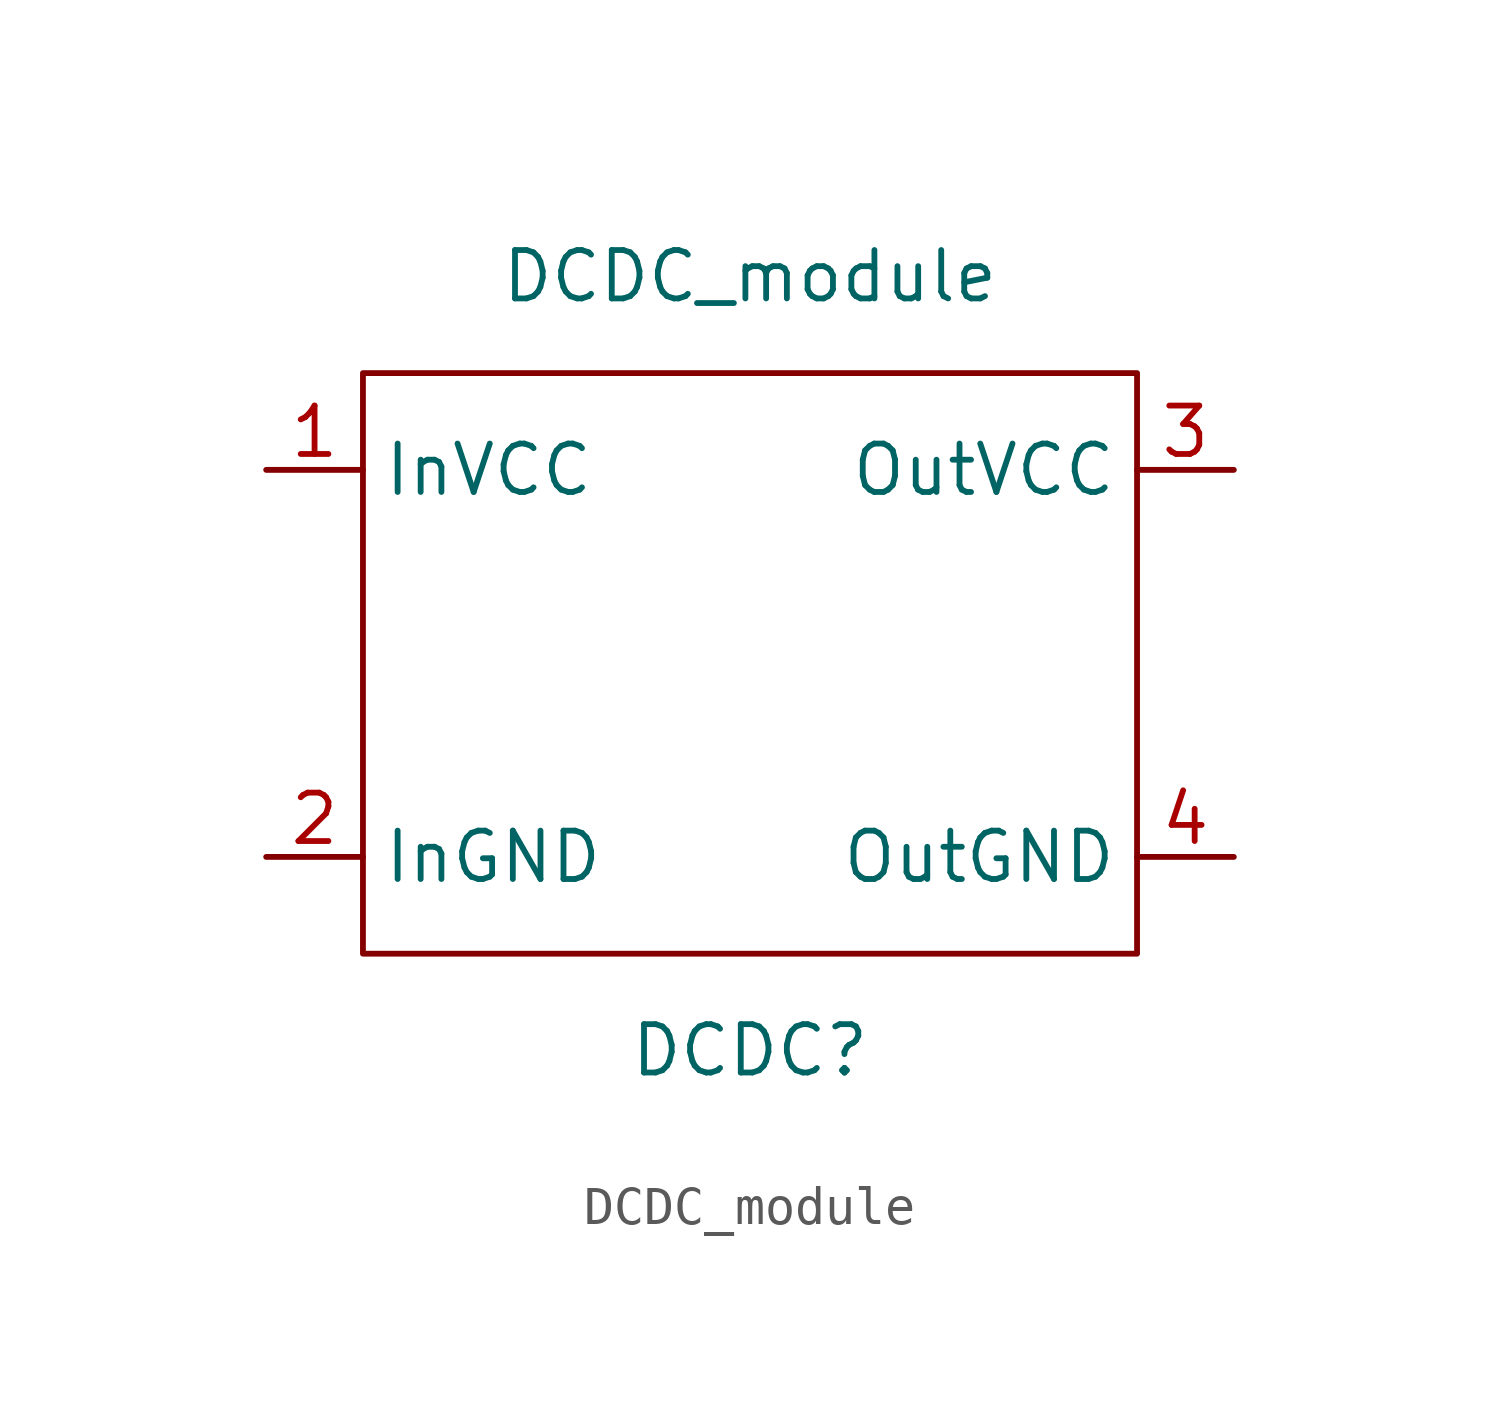
<source format=kicad_sym>
(kicad_symbol_lib
  (version 20220914)
  (generator kicad_symbol_editor)
  (symbol "DCDC_module"
    (property "Reference" "DCDC"
      (at 0 -17.78 0)
      (effects (font (size 1.27 1.27))))
    (property "Value" "DCDC_module"
      (at 0 2.54 0)
      (effects (font (size 1.27 1.27))))
    (symbol "DCDC_module_0_1"
      (rectangle (start -10.16 0) (end 10.16 -15.24) (stroke (width 0) (type default)) (fill (type none))))
    (symbol "DCDC_module_1_1"
      (pin power_in line (at -12.7 -2.54 0) (length 2.54) (name "InVCC" (effects (font (size 1.27 1.27)))) (number "1" (effects (font (size 1.27 1.27)))))
      (pin power_in line (at -12.7 -12.7 0) (length 2.54) (name "InGND" (effects (font (size 1.27 1.27)))) (number "2" (effects (font (size 1.27 1.27)))))
      (pin power_out line (at 12.7 -2.54 180) (length 2.54) (name "OutVCC" (effects (font (size 1.27 1.27)))) (number "3" (effects (font (size 1.27 1.27)))))
      (pin power_out line (at 12.7 -12.7 180) (length 2.54) (name "OutGND" (effects (font (size 1.27 1.27)))) (number "4" (effects (font (size 1.27 1.27))))))))
</source>
